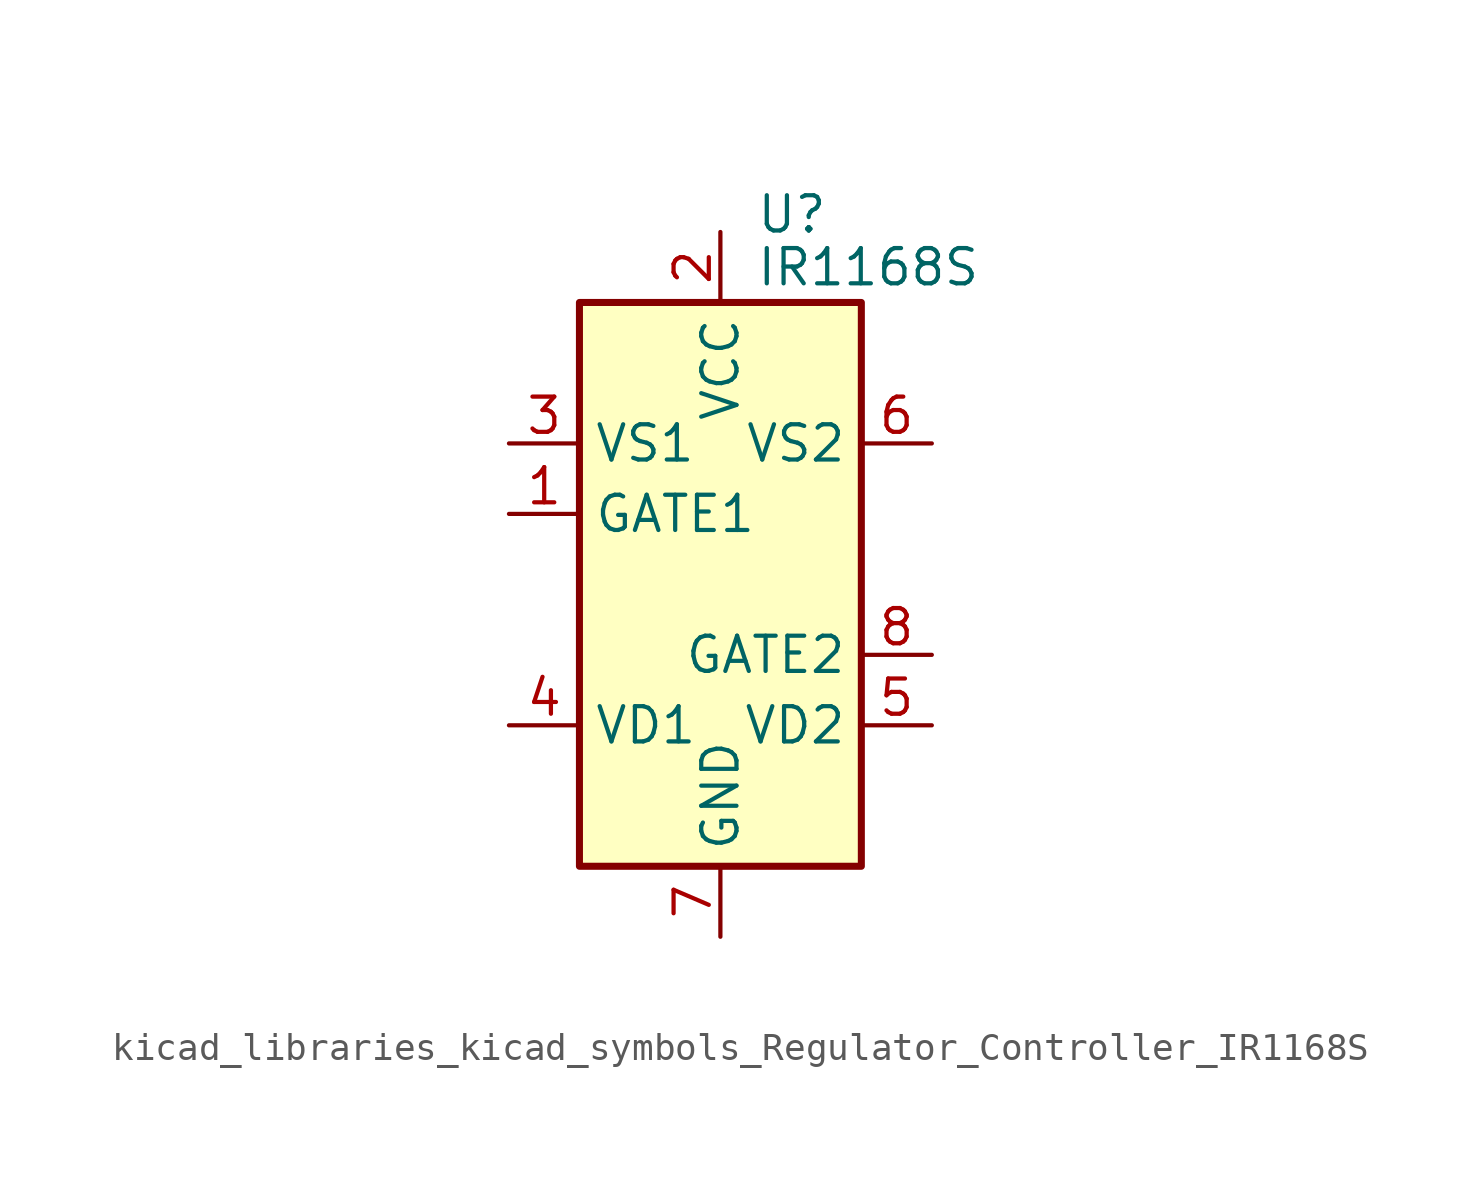
<source format=kicad_sym>
(kicad_symbol_lib
  (version 20220914)
  (generator kicad_symbol_editor)
  (symbol "kicad_libraries_kicad_symbols_Regulator_Controller_IR1168S"
    (property "Reference" "U"
      (at 1.27 13.335 0)
      (effects (font (size 1.27 1.27)) (justify left)))
    (property "Value" "IR1168S"
      (at 1.27 11.43 0)
      (effects (font (size 1.27 1.27)) (justify left)))
    (symbol "kicad_libraries_kicad_symbols_Regulator_Controller_IR1168S_0_1"
      (rectangle (start -5.08 -10.16) (end 5.08 10.16) (stroke (width 0.254) (type default)) (fill (type background))))
    (symbol "kicad_libraries_kicad_symbols_Regulator_Controller_IR1168S_1_1"
      (pin output line (at -7.62 2.54 0) (length 2.54) (name "GATE1" (effects (font (size 1.27 1.27)))) (number "1" (effects (font (size 1.27 1.27)))))
      (pin power_in line (at 0 12.7 270) (length 2.54) (name "VCC" (effects (font (size 1.27 1.27)))) (number "2" (effects (font (size 1.27 1.27)))))
      (pin input line (at -7.62 5.08 0) (length 2.54) (name "VS1" (effects (font (size 1.27 1.27)))) (number "3" (effects (font (size 1.27 1.27)))))
      (pin input line (at -7.62 -5.08 0) (length 2.54) (name "VD1" (effects (font (size 1.27 1.27)))) (number "4" (effects (font (size 1.27 1.27)))))
      (pin input line (at 7.62 -5.08 180) (length 2.54) (name "VD2" (effects (font (size 1.27 1.27)))) (number "5" (effects (font (size 1.27 1.27)))))
      (pin input line (at 7.62 5.08 180) (length 2.54) (name "VS2" (effects (font (size 1.27 1.27)))) (number "6" (effects (font (size 1.27 1.27)))))
      (pin power_in line (at 0 -12.7 90) (length 2.54) (name "GND" (effects (font (size 1.27 1.27)))) (number "7" (effects (font (size 1.27 1.27)))))
      (pin output line (at 7.62 -2.54 180) (length 2.54) (name "GATE2" (effects (font (size 1.27 1.27)))) (number "8" (effects (font (size 1.27 1.27))))))))
</source>
